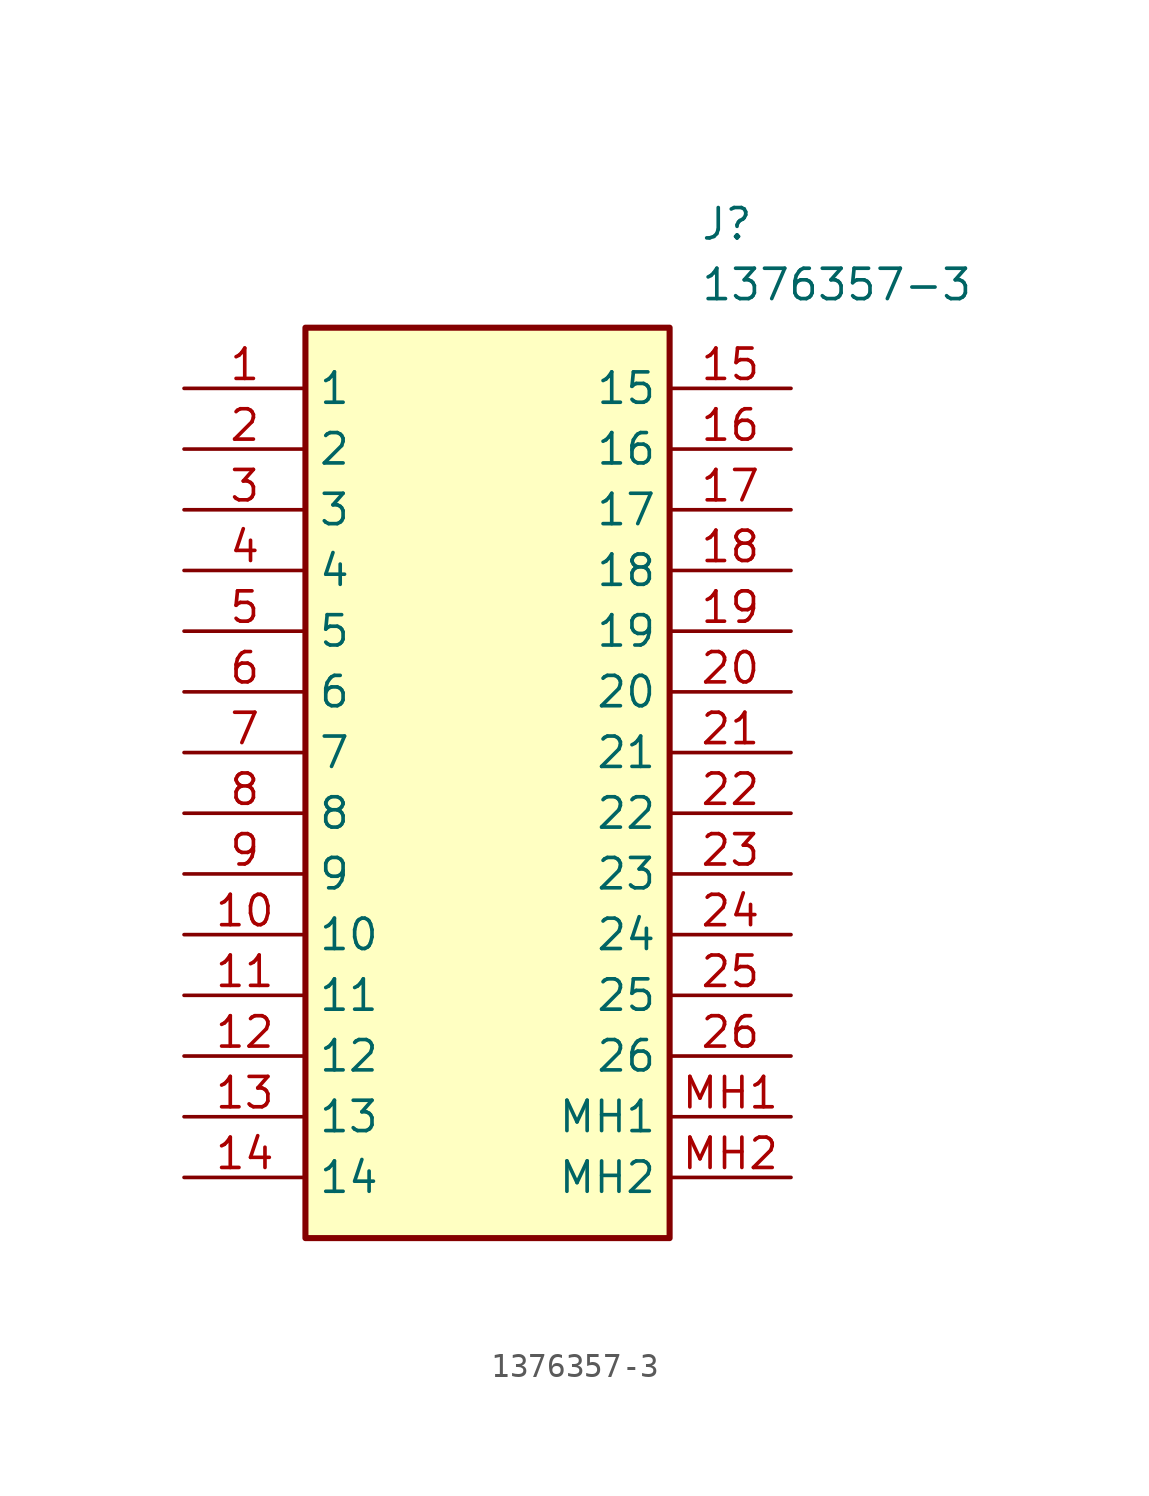
<source format=kicad_sym>
(kicad_symbol_lib
  (version 20231120)
  (generator "kicad_symbol_editor")
  (generator_version "8.0")
  (symbol "1376357-3"
    (property "Reference" "J"
      (at 21.59 7.62 0)
      (effects (font (size 1.27 1.27)) (justify left top)))
    (property "Value" "1376357-3"
      (at 21.59 5.08 0)
      (effects (font (size 1.27 1.27)) (justify left top)))
    (symbol "1376357-3_1_1"
      (rectangle (start 5.08 2.54) (end 20.32 -35.56) (stroke (width 0.254) (type default)) (fill (type background)))
      (pin passive line (at 0 0 0) (length 5.08) (name "1" (effects (font (size 1.27 1.27)))) (number "1" (effects (font (size 1.27 1.27)))))
      (pin passive line (at 0 -22.86 0) (length 5.08) (name "10" (effects (font (size 1.27 1.27)))) (number "10" (effects (font (size 1.27 1.27)))))
      (pin passive line (at 0 -25.4 0) (length 5.08) (name "11" (effects (font (size 1.27 1.27)))) (number "11" (effects (font (size 1.27 1.27)))))
      (pin passive line (at 0 -27.94 0) (length 5.08) (name "12" (effects (font (size 1.27 1.27)))) (number "12" (effects (font (size 1.27 1.27)))))
      (pin passive line (at 0 -30.48 0) (length 5.08) (name "13" (effects (font (size 1.27 1.27)))) (number "13" (effects (font (size 1.27 1.27)))))
      (pin passive line (at 0 -33.02 0) (length 5.08) (name "14" (effects (font (size 1.27 1.27)))) (number "14" (effects (font (size 1.27 1.27)))))
      (pin passive line (at 25.4 0 180) (length 5.08) (name "15" (effects (font (size 1.27 1.27)))) (number "15" (effects (font (size 1.27 1.27)))))
      (pin passive line (at 25.4 -2.54 180) (length 5.08) (name "16" (effects (font (size 1.27 1.27)))) (number "16" (effects (font (size 1.27 1.27)))))
      (pin passive line (at 25.4 -5.08 180) (length 5.08) (name "17" (effects (font (size 1.27 1.27)))) (number "17" (effects (font (size 1.27 1.27)))))
      (pin passive line (at 25.4 -7.62 180) (length 5.08) (name "18" (effects (font (size 1.27 1.27)))) (number "18" (effects (font (size 1.27 1.27)))))
      (pin passive line (at 25.4 -10.16 180) (length 5.08) (name "19" (effects (font (size 1.27 1.27)))) (number "19" (effects (font (size 1.27 1.27)))))
      (pin passive line (at 0 -2.54 0) (length 5.08) (name "2" (effects (font (size 1.27 1.27)))) (number "2" (effects (font (size 1.27 1.27)))))
      (pin passive line (at 25.4 -12.7 180) (length 5.08) (name "20" (effects (font (size 1.27 1.27)))) (number "20" (effects (font (size 1.27 1.27)))))
      (pin passive line (at 25.4 -15.24 180) (length 5.08) (name "21" (effects (font (size 1.27 1.27)))) (number "21" (effects (font (size 1.27 1.27)))))
      (pin passive line (at 25.4 -17.78 180) (length 5.08) (name "22" (effects (font (size 1.27 1.27)))) (number "22" (effects (font (size 1.27 1.27)))))
      (pin passive line (at 25.4 -20.32 180) (length 5.08) (name "23" (effects (font (size 1.27 1.27)))) (number "23" (effects (font (size 1.27 1.27)))))
      (pin passive line (at 25.4 -22.86 180) (length 5.08) (name "24" (effects (font (size 1.27 1.27)))) (number "24" (effects (font (size 1.27 1.27)))))
      (pin passive line (at 25.4 -25.4 180) (length 5.08) (name "25" (effects (font (size 1.27 1.27)))) (number "25" (effects (font (size 1.27 1.27)))))
      (pin passive line (at 25.4 -27.94 180) (length 5.08) (name "26" (effects (font (size 1.27 1.27)))) (number "26" (effects (font (size 1.27 1.27)))))
      (pin passive line (at 0 -5.08 0) (length 5.08) (name "3" (effects (font (size 1.27 1.27)))) (number "3" (effects (font (size 1.27 1.27)))))
      (pin passive line (at 0 -7.62 0) (length 5.08) (name "4" (effects (font (size 1.27 1.27)))) (number "4" (effects (font (size 1.27 1.27)))))
      (pin passive line (at 0 -10.16 0) (length 5.08) (name "5" (effects (font (size 1.27 1.27)))) (number "5" (effects (font (size 1.27 1.27)))))
      (pin passive line (at 0 -12.7 0) (length 5.08) (name "6" (effects (font (size 1.27 1.27)))) (number "6" (effects (font (size 1.27 1.27)))))
      (pin passive line (at 0 -15.24 0) (length 5.08) (name "7" (effects (font (size 1.27 1.27)))) (number "7" (effects (font (size 1.27 1.27)))))
      (pin passive line (at 0 -17.78 0) (length 5.08) (name "8" (effects (font (size 1.27 1.27)))) (number "8" (effects (font (size 1.27 1.27)))))
      (pin passive line (at 0 -20.32 0) (length 5.08) (name "9" (effects (font (size 1.27 1.27)))) (number "9" (effects (font (size 1.27 1.27)))))
      (pin passive line (at 25.4 -30.48 180) (length 5.08) (name "MH1" (effects (font (size 1.27 1.27)))) (number "MH1" (effects (font (size 1.27 1.27)))))
      (pin passive line (at 25.4 -33.02 180) (length 5.08) (name "MH2" (effects (font (size 1.27 1.27)))) (number "MH2" (effects (font (size 1.27 1.27))))))))
</source>
